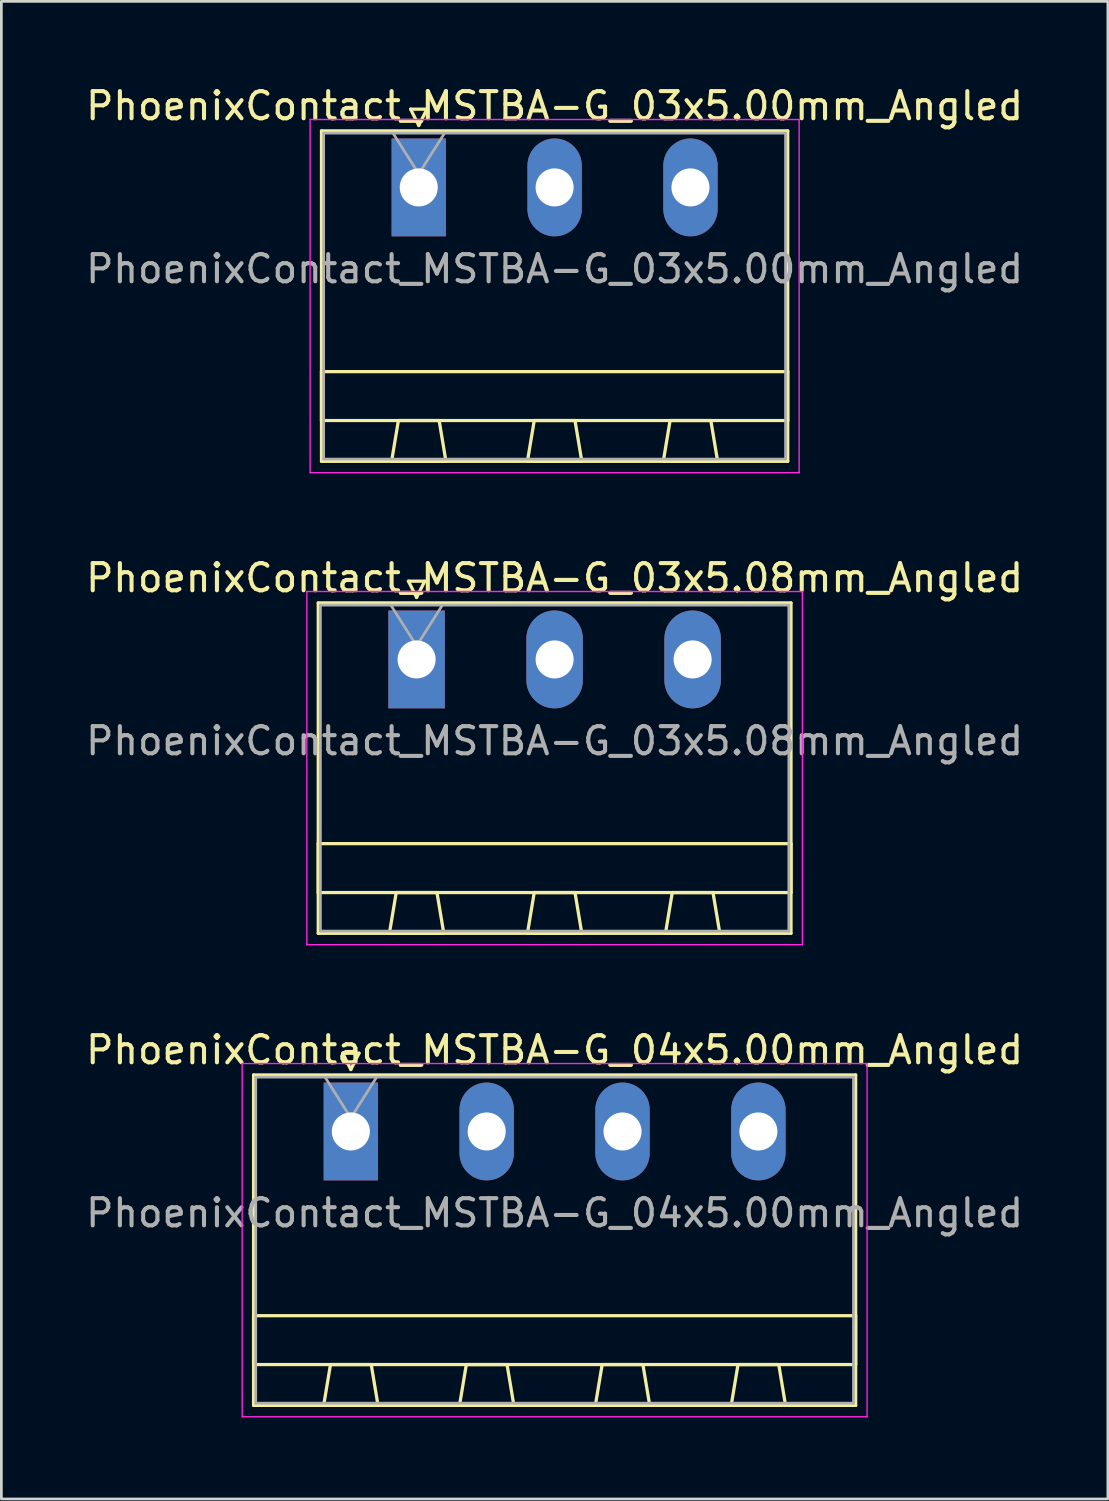
<source format=kicad_pcb>
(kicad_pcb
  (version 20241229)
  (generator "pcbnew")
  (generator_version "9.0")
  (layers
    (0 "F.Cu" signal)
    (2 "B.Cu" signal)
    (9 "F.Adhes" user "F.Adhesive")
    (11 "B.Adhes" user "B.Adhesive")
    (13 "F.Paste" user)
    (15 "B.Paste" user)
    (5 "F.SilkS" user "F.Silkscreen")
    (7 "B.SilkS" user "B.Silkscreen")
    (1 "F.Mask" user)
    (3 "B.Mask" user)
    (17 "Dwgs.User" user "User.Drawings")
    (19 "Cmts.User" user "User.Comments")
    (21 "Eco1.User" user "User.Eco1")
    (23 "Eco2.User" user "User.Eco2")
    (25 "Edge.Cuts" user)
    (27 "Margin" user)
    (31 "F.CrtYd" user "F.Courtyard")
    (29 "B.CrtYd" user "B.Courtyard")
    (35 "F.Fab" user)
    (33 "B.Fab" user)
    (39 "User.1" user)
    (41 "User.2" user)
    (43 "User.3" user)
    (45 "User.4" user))
  (footprint "PhoenixContact_MSTBA-G_04x5.00mm_Angled"
    (layer "F.Cu")
    (at 9.863 38.595)
    (property "Reference" "PhoenixContact_MSTBA-G_04x5.00mm_Angled" (at 7.5 -3 0) (layer "F.SilkS") (effects (font (size 1 1) (thickness 0.15))))
    (attr through_hole)
    (fp_line (start -3.58 -2.08) (end -3.58 10.08) (stroke (width 0.12) (type solid)) (layer "F.SilkS"))
    (fp_line (start -3.58 6.78) (end 18.58 6.78) (stroke (width 0.12) (type solid)) (layer "F.SilkS"))
    (fp_line (start -3.58 8.58) (end -3.58 6.78) (stroke (width 0.12) (type solid)) (layer "F.SilkS"))
    (fp_line (start -3.58 10.08) (end 18.58 10.08) (stroke (width 0.12) (type solid)) (layer "F.SilkS"))
    (fp_line (start -1 10.08) (end 1 10.08) (stroke (width 0.12) (type solid)) (layer "F.SilkS"))
    (fp_line (start -0.75 8.58) (end -1 10.08) (stroke (width 0.12) (type solid)) (layer "F.SilkS"))
    (fp_line (start -0.3 -2.88) (end 0.3 -2.88) (stroke (width 0.12) (type solid)) (layer "F.SilkS"))
    (fp_line (start 0 -2.28) (end -0.3 -2.88) (stroke (width 0.12) (type solid)) (layer "F.SilkS"))
    (fp_line (start 0.3 -2.88) (end 0 -2.28) (stroke (width 0.12) (type solid)) (layer "F.SilkS"))
    (fp_line (start 0.75 8.58) (end -0.75 8.58) (stroke (width 0.12) (type solid)) (layer "F.SilkS"))
    (fp_line (start 1 10.08) (end 0.75 8.58) (stroke (width 0.12) (type solid)) (layer "F.SilkS"))
    (fp_line (start 4 10.08) (end 6 10.08) (stroke (width 0.12) (type solid)) (layer "F.SilkS"))
    (fp_line (start 4.25 8.58) (end 4 10.08) (stroke (width 0.12) (type solid)) (layer "F.SilkS"))
    (fp_line (start 5.75 8.58) (end 4.25 8.58) (stroke (width 0.12) (type solid)) (layer "F.SilkS"))
    (fp_line (start 6 10.08) (end 5.75 8.58) (stroke (width 0.12) (type solid)) (layer "F.SilkS"))
    (fp_line (start 9 10.08) (end 11 10.08) (stroke (width 0.12) (type solid)) (layer "F.SilkS"))
    (fp_line (start 9.25 8.58) (end 9 10.08) (stroke (width 0.12) (type solid)) (layer "F.SilkS"))
    (fp_line (start 10.75 8.58) (end 9.25 8.58) (stroke (width 0.12) (type solid)) (layer "F.SilkS"))
    (fp_line (start 11 10.08) (end 10.75 8.58) (stroke (width 0.12) (type solid)) (layer "F.SilkS"))
    (fp_line (start 14 10.08) (end 16 10.08) (stroke (width 0.12) (type solid)) (layer "F.SilkS"))
    (fp_line (start 14.25 8.58) (end 14 10.08) (stroke (width 0.12) (type solid)) (layer "F.SilkS"))
    (fp_line (start 15.75 8.58) (end 14.25 8.58) (stroke (width 0.12) (type solid)) (layer "F.SilkS"))
    (fp_line (start 16 10.08) (end 15.75 8.58) (stroke (width 0.12) (type solid)) (layer "F.SilkS"))
    (fp_line (start 18.58 -2.08) (end -3.58 -2.08) (stroke (width 0.12) (type solid)) (layer "F.SilkS"))
    (fp_line (start 18.58 6.78) (end 18.58 8.58) (stroke (width 0.12) (type solid)) (layer "F.SilkS"))
    (fp_line (start 18.58 8.58) (end -3.58 8.58) (stroke (width 0.12) (type solid)) (layer "F.SilkS"))
    (fp_line (start 18.58 10.08) (end 18.58 -2.08) (stroke (width 0.12) (type solid)) (layer "F.SilkS"))
    (fp_line (start -4 -2.5) (end -4 10.5) (stroke (width 0.05) (type solid)) (layer "F.CrtYd"))
    (fp_line (start -4 10.5) (end 19 10.5) (stroke (width 0.05) (type solid)) (layer "F.CrtYd"))
    (fp_line (start 19 -2.5) (end -4 -2.5) (stroke (width 0.05) (type solid)) (layer "F.CrtYd"))
    (fp_line (start 19 10.5) (end 19 -2.5) (stroke (width 0.05) (type solid)) (layer "F.CrtYd"))
    (fp_line (start -3.5 -2) (end -3.5 10) (stroke (width 0.1) (type solid)) (layer "F.Fab"))
    (fp_line (start -3.5 10) (end 18.5 10) (stroke (width 0.1) (type solid)) (layer "F.Fab"))
    (fp_line (start 0 -0.5) (end -0.95 -2) (stroke (width 0.1) (type solid)) (layer "F.Fab"))
    (fp_line (start 0.95 -2) (end 0 -0.5) (stroke (width 0.1) (type solid)) (layer "F.Fab"))
    (fp_line (start 18.5 -2) (end -3.5 -2) (stroke (width 0.1) (type solid)) (layer "F.Fab"))
    (fp_line (start 18.5 10) (end 18.5 -2) (stroke (width 0.1) (type solid)) (layer "F.Fab"))
    (fp_text user "${REFERENCE}" (at 7.5 3 0) (layer "F.Fab") (effects (font (size 1 1) (thickness 0.15))))
    (pad "1" thru_hole rect (at 0 0) (size 2 3.6) (drill 1.4) (layers "*.Cu" "*.Mask"))
    (pad "2" thru_hole oval (at 5 0) (size 2 3.6) (drill 1.4) (layers "*.Cu" "*.Mask"))
    (pad "3" thru_hole oval (at 10 0) (size 2 3.6) (drill 1.4) (layers "*.Cu" "*.Mask"))
    (pad "4" thru_hole oval (at 15 0) (size 2 3.6) (drill 1.4) (layers "*.Cu" "*.Mask")))
  (footprint "PhoenixContact_MSTBA-G_03x5.08mm_Angled"
    (layer "F.Cu")
    (at 12.283 21.221)
    (property "Reference" "PhoenixContact_MSTBA-G_03x5.08mm_Angled" (at 5.08 -3 0) (layer "F.SilkS") (effects (font (size 1 1) (thickness 0.15))))
    (attr through_hole)
    (fp_line (start -3.62 -2.08) (end -3.62 10.08) (stroke (width 0.12) (type solid)) (layer "F.SilkS"))
    (fp_line (start -3.62 6.78) (end 13.78 6.78) (stroke (width 0.12) (type solid)) (layer "F.SilkS"))
    (fp_line (start -3.62 8.58) (end -3.62 6.78) (stroke (width 0.12) (type solid)) (layer "F.SilkS"))
    (fp_line (start -3.62 10.08) (end 13.78 10.08) (stroke (width 0.12) (type solid)) (layer "F.SilkS"))
    (fp_line (start -1 10.08) (end 1 10.08) (stroke (width 0.12) (type solid)) (layer "F.SilkS"))
    (fp_line (start -0.75 8.58) (end -1 10.08) (stroke (width 0.12) (type solid)) (layer "F.SilkS"))
    (fp_line (start -0.3 -2.88) (end 0.3 -2.88) (stroke (width 0.12) (type solid)) (layer "F.SilkS"))
    (fp_line (start 0 -2.28) (end -0.3 -2.88) (stroke (width 0.12) (type solid)) (layer "F.SilkS"))
    (fp_line (start 0.3 -2.88) (end 0 -2.28) (stroke (width 0.12) (type solid)) (layer "F.SilkS"))
    (fp_line (start 0.75 8.58) (end -0.75 8.58) (stroke (width 0.12) (type solid)) (layer "F.SilkS"))
    (fp_line (start 1 10.08) (end 0.75 8.58) (stroke (width 0.12) (type solid)) (layer "F.SilkS"))
    (fp_line (start 4.08 10.08) (end 6.08 10.08) (stroke (width 0.12) (type solid)) (layer "F.SilkS"))
    (fp_line (start 4.33 8.58) (end 4.08 10.08) (stroke (width 0.12) (type solid)) (layer "F.SilkS"))
    (fp_line (start 5.83 8.58) (end 4.33 8.58) (stroke (width 0.12) (type solid)) (layer "F.SilkS"))
    (fp_line (start 6.08 10.08) (end 5.83 8.58) (stroke (width 0.12) (type solid)) (layer "F.SilkS"))
    (fp_line (start 9.16 10.08) (end 11.16 10.08) (stroke (width 0.12) (type solid)) (layer "F.SilkS"))
    (fp_line (start 9.41 8.58) (end 9.16 10.08) (stroke (width 0.12) (type solid)) (layer "F.SilkS"))
    (fp_line (start 10.91 8.58) (end 9.41 8.58) (stroke (width 0.12) (type solid)) (layer "F.SilkS"))
    (fp_line (start 11.16 10.08) (end 10.91 8.58) (stroke (width 0.12) (type solid)) (layer "F.SilkS"))
    (fp_line (start 13.78 -2.08) (end -3.62 -2.08) (stroke (width 0.12) (type solid)) (layer "F.SilkS"))
    (fp_line (start 13.78 6.78) (end 13.78 8.58) (stroke (width 0.12) (type solid)) (layer "F.SilkS"))
    (fp_line (start 13.78 8.58) (end -3.62 8.58) (stroke (width 0.12) (type solid)) (layer "F.SilkS"))
    (fp_line (start 13.78 10.08) (end 13.78 -2.08) (stroke (width 0.12) (type solid)) (layer "F.SilkS"))
    (fp_line (start -4.04 -2.5) (end -4.04 10.5) (stroke (width 0.05) (type solid)) (layer "F.CrtYd"))
    (fp_line (start -4.04 10.5) (end 14.2 10.5) (stroke (width 0.05) (type solid)) (layer "F.CrtYd"))
    (fp_line (start 14.2 -2.5) (end -4.04 -2.5) (stroke (width 0.05) (type solid)) (layer "F.CrtYd"))
    (fp_line (start 14.2 10.5) (end 14.2 -2.5) (stroke (width 0.05) (type solid)) (layer "F.CrtYd"))
    (fp_line (start -3.54 -2) (end -3.54 10) (stroke (width 0.1) (type solid)) (layer "F.Fab"))
    (fp_line (start -3.54 10) (end 13.7 10) (stroke (width 0.1) (type solid)) (layer "F.Fab"))
    (fp_line (start 0 -0.5) (end -0.95 -2) (stroke (width 0.1) (type solid)) (layer "F.Fab"))
    (fp_line (start 0.95 -2) (end 0 -0.5) (stroke (width 0.1) (type solid)) (layer "F.Fab"))
    (fp_line (start 13.7 -2) (end -3.54 -2) (stroke (width 0.1) (type solid)) (layer "F.Fab"))
    (fp_line (start 13.7 10) (end 13.7 -2) (stroke (width 0.1) (type solid)) (layer "F.Fab"))
    (fp_text user "${REFERENCE}" (at 5.08 3 0) (layer "F.Fab") (effects (font (size 1 1) (thickness 0.15))))
    (pad "1" thru_hole rect (at 0 0) (size 2.08 3.6) (drill 1.4) (layers "*.Cu" "*.Mask"))
    (pad "2" thru_hole oval (at 5.08 0) (size 2.08 3.6) (drill 1.4) (layers "*.Cu" "*.Mask"))
    (pad "3" thru_hole oval (at 10.16 0) (size 2.08 3.6) (drill 1.4) (layers "*.Cu" "*.Mask")))
  (footprint "PhoenixContact_MSTBA-G_03x5.00mm_Angled"
    (layer "F.Cu")
    (at 12.363 3.848)
    (property "Reference" "PhoenixContact_MSTBA-G_03x5.00mm_Angled" (at 5 -3 0) (layer "F.SilkS") (effects (font (size 1 1) (thickness 0.15))))
    (attr through_hole)
    (fp_line (start -3.58 -2.08) (end -3.58 10.08) (stroke (width 0.12) (type solid)) (layer "F.SilkS"))
    (fp_line (start -3.58 6.78) (end 13.58 6.78) (stroke (width 0.12) (type solid)) (layer "F.SilkS"))
    (fp_line (start -3.58 8.58) (end -3.58 6.78) (stroke (width 0.12) (type solid)) (layer "F.SilkS"))
    (fp_line (start -3.58 10.08) (end 13.58 10.08) (stroke (width 0.12) (type solid)) (layer "F.SilkS"))
    (fp_line (start -1 10.08) (end 1 10.08) (stroke (width 0.12) (type solid)) (layer "F.SilkS"))
    (fp_line (start -0.75 8.58) (end -1 10.08) (stroke (width 0.12) (type solid)) (layer "F.SilkS"))
    (fp_line (start -0.3 -2.88) (end 0.3 -2.88) (stroke (width 0.12) (type solid)) (layer "F.SilkS"))
    (fp_line (start 0 -2.28) (end -0.3 -2.88) (stroke (width 0.12) (type solid)) (layer "F.SilkS"))
    (fp_line (start 0.3 -2.88) (end 0 -2.28) (stroke (width 0.12) (type solid)) (layer "F.SilkS"))
    (fp_line (start 0.75 8.58) (end -0.75 8.58) (stroke (width 0.12) (type solid)) (layer "F.SilkS"))
    (fp_line (start 1 10.08) (end 0.75 8.58) (stroke (width 0.12) (type solid)) (layer "F.SilkS"))
    (fp_line (start 4 10.08) (end 6 10.08) (stroke (width 0.12) (type solid)) (layer "F.SilkS"))
    (fp_line (start 4.25 8.58) (end 4 10.08) (stroke (width 0.12) (type solid)) (layer "F.SilkS"))
    (fp_line (start 5.75 8.58) (end 4.25 8.58) (stroke (width 0.12) (type solid)) (layer "F.SilkS"))
    (fp_line (start 6 10.08) (end 5.75 8.58) (stroke (width 0.12) (type solid)) (layer "F.SilkS"))
    (fp_line (start 9 10.08) (end 11 10.08) (stroke (width 0.12) (type solid)) (layer "F.SilkS"))
    (fp_line (start 9.25 8.58) (end 9 10.08) (stroke (width 0.12) (type solid)) (layer "F.SilkS"))
    (fp_line (start 10.75 8.58) (end 9.25 8.58) (stroke (width 0.12) (type solid)) (layer "F.SilkS"))
    (fp_line (start 11 10.08) (end 10.75 8.58) (stroke (width 0.12) (type solid)) (layer "F.SilkS"))
    (fp_line (start 13.58 -2.08) (end -3.58 -2.08) (stroke (width 0.12) (type solid)) (layer "F.SilkS"))
    (fp_line (start 13.58 6.78) (end 13.58 8.58) (stroke (width 0.12) (type solid)) (layer "F.SilkS"))
    (fp_line (start 13.58 8.58) (end -3.58 8.58) (stroke (width 0.12) (type solid)) (layer "F.SilkS"))
    (fp_line (start 13.58 10.08) (end 13.58 -2.08) (stroke (width 0.12) (type solid)) (layer "F.SilkS"))
    (fp_line (start -4 -2.5) (end -4 10.5) (stroke (width 0.05) (type solid)) (layer "F.CrtYd"))
    (fp_line (start -4 10.5) (end 14 10.5) (stroke (width 0.05) (type solid)) (layer "F.CrtYd"))
    (fp_line (start 14 -2.5) (end -4 -2.5) (stroke (width 0.05) (type solid)) (layer "F.CrtYd"))
    (fp_line (start 14 10.5) (end 14 -2.5) (stroke (width 0.05) (type solid)) (layer "F.CrtYd"))
    (fp_line (start -3.5 -2) (end -3.5 10) (stroke (width 0.1) (type solid)) (layer "F.Fab"))
    (fp_line (start -3.5 10) (end 13.5 10) (stroke (width 0.1) (type solid)) (layer "F.Fab"))
    (fp_line (start 0 -0.5) (end -0.95 -2) (stroke (width 0.1) (type solid)) (layer "F.Fab"))
    (fp_line (start 0.95 -2) (end 0 -0.5) (stroke (width 0.1) (type solid)) (layer "F.Fab"))
    (fp_line (start 13.5 -2) (end -3.5 -2) (stroke (width 0.1) (type solid)) (layer "F.Fab"))
    (fp_line (start 13.5 10) (end 13.5 -2) (stroke (width 0.1) (type solid)) (layer "F.Fab"))
    (fp_text user "${REFERENCE}" (at 5 3 0) (layer "F.Fab") (effects (font (size 1 1) (thickness 0.15))))
    (pad "1" thru_hole rect (at 0 0) (size 2 3.6) (drill 1.4) (layers "*.Cu" "*.Mask"))
    (pad "2" thru_hole oval (at 5 0) (size 2 3.6) (drill 1.4) (layers "*.Cu" "*.Mask"))
    (pad "3" thru_hole oval (at 10 0) (size 2 3.6) (drill 1.4) (layers "*.Cu" "*.Mask")))
  (gr_rect
    (start -3 -3)
    (end 37.726 52.12)
    (stroke (width 0.1) (type default))
    (fill no)
    (layer "Edge.Cuts")))
</source>
